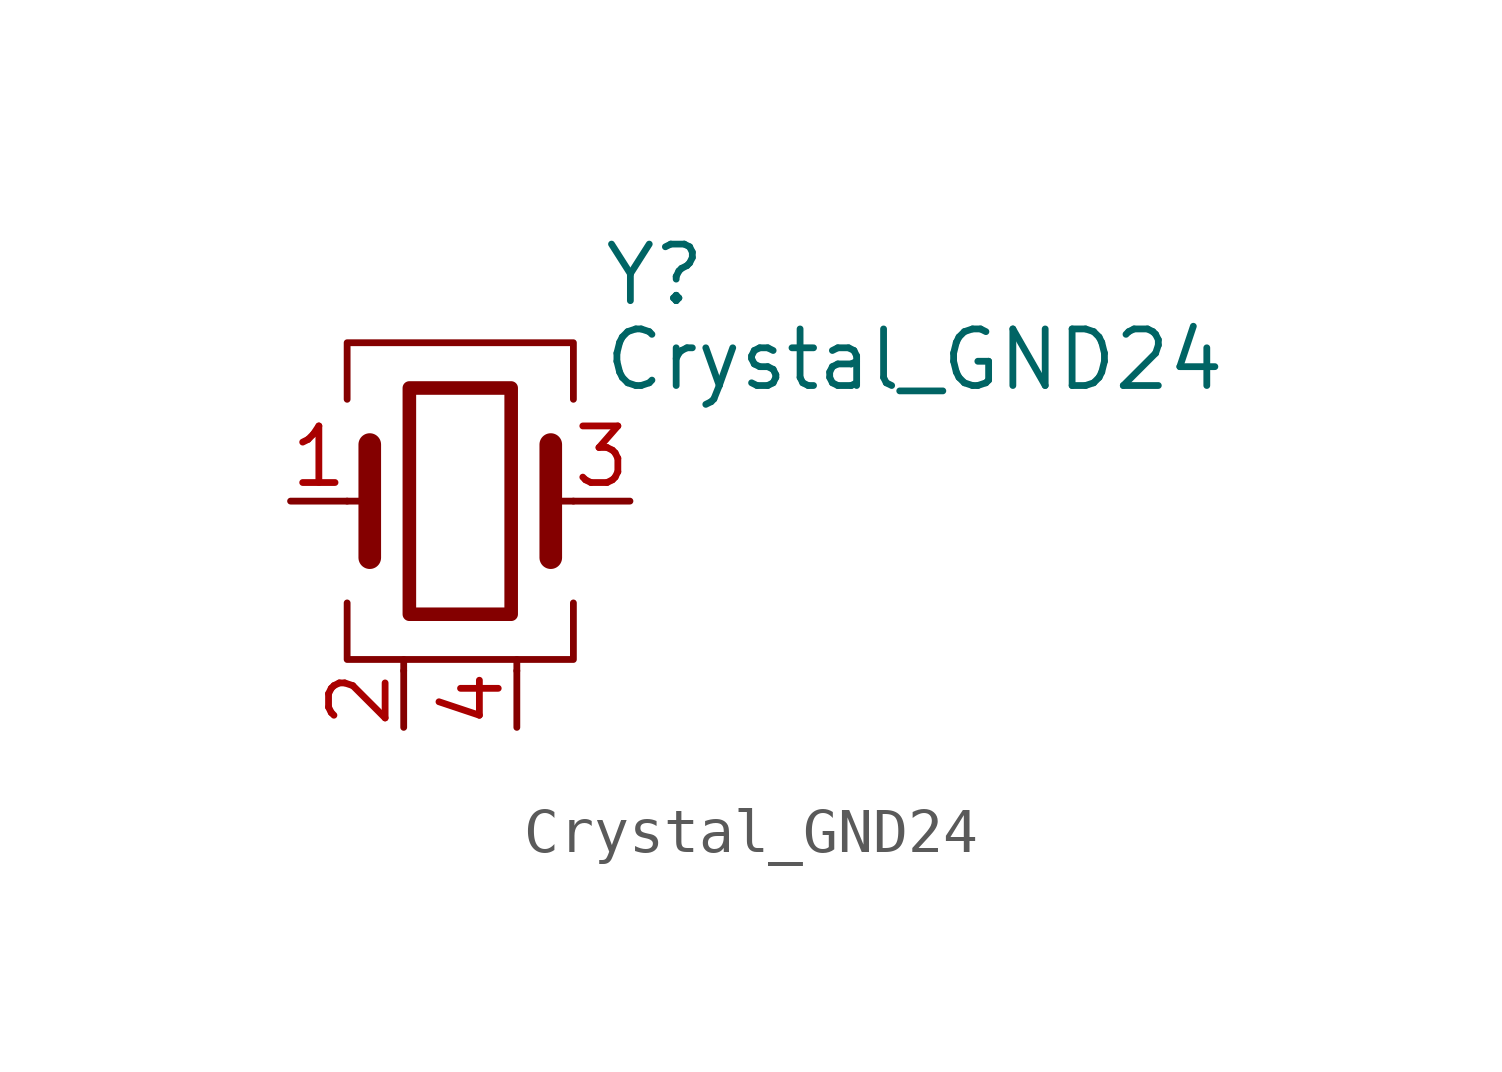
<source format=kicad_sym>
(kicad_symbol_lib
  (version 20211014)
  (generator kicad_symbol_editor)
  (symbol "Crystal_GND24"
    (pin_names
      (offset 1.016) hide)
    (property "Reference" "Y"
      (at 3.175 5.08 0)
      (effects (font (size 1.27 1.27)) (justify left)))
    (property "Value" "Crystal_GND24"
      (at 3.175 3.175 0)
      (effects (font (size 1.27 1.27)) (justify left)))
    (symbol "Crystal_GND24_0_1"
      (rectangle (start -1.143 2.54) (end 1.143 -2.54) (stroke (width 0.305) (type default) (color 0 0 0 0)) (fill (type none)))
      (polyline (pts (xy -2.54 0) (xy -2.032 0)) (stroke (width 0) (type default) (color 0 0 0 0)) (fill (type none)))
      (polyline (pts (xy -2.032 -1.27) (xy -2.032 1.27)) (stroke (width 0.508) (type default) (color 0 0 0 0)) (fill (type none)))
      (polyline (pts (xy -1.27 -3.81) (xy -1.27 -3.556)) (stroke (width 0) (type default) (color 0 0 0 0)) (fill (type none)))
      (polyline (pts (xy 1.27 -3.81) (xy 1.27 -3.556)) (stroke (width 0) (type default) (color 0 0 0 0)) (fill (type none)))
      (polyline (pts (xy 2.032 -1.27) (xy 2.032 1.27)) (stroke (width 0.508) (type default) (color 0 0 0 0)) (fill (type none)))
      (polyline (pts (xy 2.032 0) (xy 2.54 0)) (stroke (width 0) (type default) (color 0 0 0 0)) (fill (type none)))
      (polyline (pts (xy -2.54 -2.286) (xy -2.54 -3.556) (xy 2.54 -3.556) (xy 2.54 -2.286)) (stroke (width 0) (type default) (color 0 0 0 0)) (fill (type none)))
      (polyline (pts (xy -2.54 2.286) (xy -2.54 3.556) (xy 2.54 3.556) (xy 2.54 2.286)) (stroke (width 0) (type default) (color 0 0 0 0)) (fill (type none))))
    (symbol "Crystal_GND24_1_1"
      (pin passive line (at -3.81 0 0) (length 1.27) (name "1" (effects (font (size 1.27 1.27)))) (number "1" (effects (font (size 1.27 1.27)))))
      (pin passive line (at -1.27 -5.08 90) (length 1.27) (name "2" (effects (font (size 1.27 1.27)))) (number "2" (effects (font (size 1.27 1.27)))))
      (pin passive line (at 3.81 0 180) (length 1.27) (name "3" (effects (font (size 1.27 1.27)))) (number "3" (effects (font (size 1.27 1.27)))))
      (pin passive line (at 1.27 -5.08 90) (length 1.27) (name "4" (effects (font (size 1.27 1.27)))) (number "4" (effects (font (size 1.27 1.27))))))))
</source>
